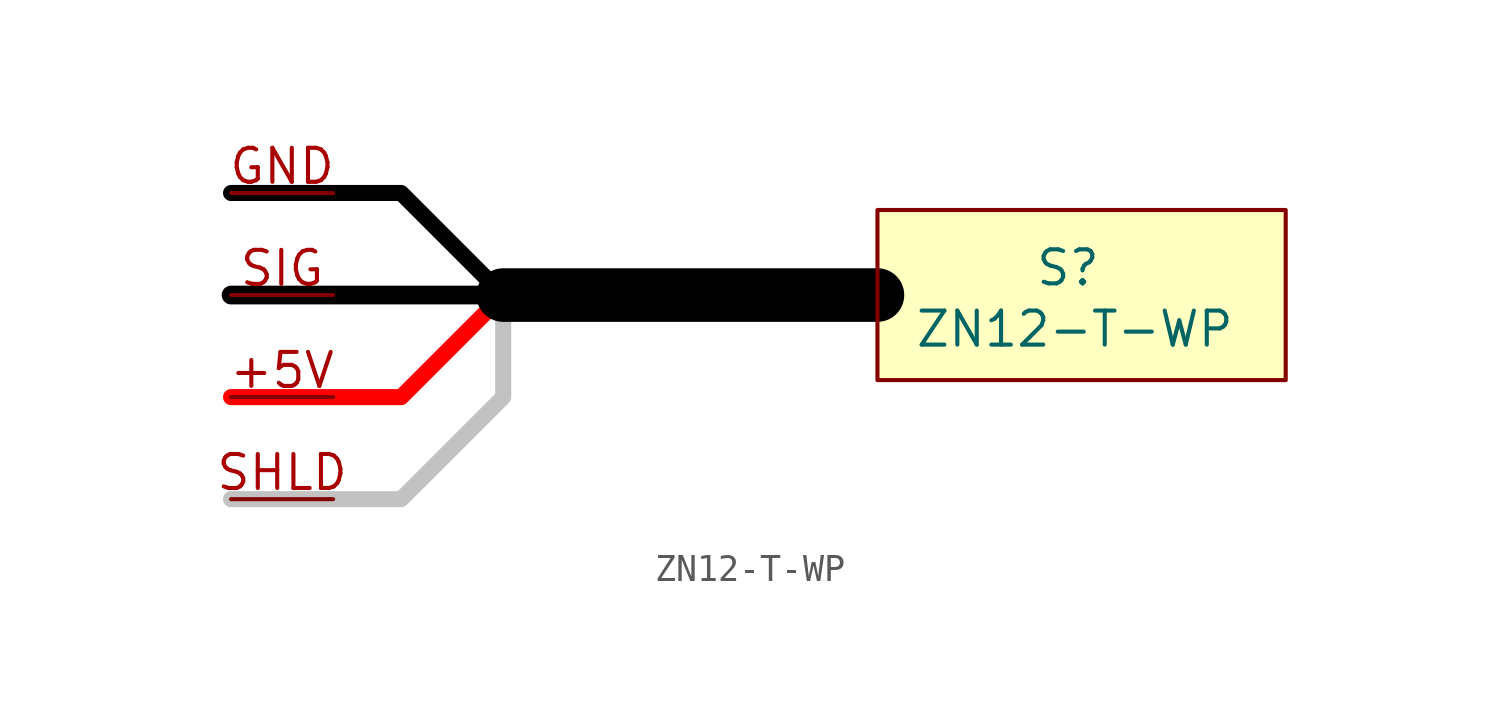
<source format=kicad_sym>
(kicad_symbol_lib
  (version 20231120)
  (generator "kicad_symbol_editor")
  (generator_version "8.0")
  (symbol "ZN12-T-WP"
    (property "Reference" "S"
      (at 7.112 1.016 0)
      (effects (font (size 1.27 1.27))))
    (property "Value" "ZN12-T-WP"
      (at 7.366 -1.27 0)
      (effects (font (size 1.27 1.27))))
    (symbol "ZN12-T-WP_0_1"
      (polyline (pts (xy 0 0) (xy -13.97 0)) (stroke (width 2) (type default) (color 0 0 0 1)) (fill (type none)))
      (polyline (pts (xy -24.13 -3.81) (xy -17.78 -3.81) (xy -13.97 0)) (stroke (width 0.6) (type default) (color 255 0 0 1)) (fill (type none)))
      (polyline (pts (xy -24.13 3.81) (xy -17.78 3.81) (xy -13.97 0)) (stroke (width 0.6) (type default) (color 0 0 0 1)) (fill (type none)))
      (polyline (pts (xy -13.97 0) (xy -13.97 -3.81) (xy -17.78 -7.62) (xy -24.13 -7.62)) (stroke (width 0.6) (type default) (color 194 194 194 1)) (fill (type none))))
    (symbol "ZN12-T-WP_1_1"
      (polyline (pts (xy -13.97 0) (xy -24.13 0)) (stroke (width 0.6) (type default) (color 255 255 255 1)) (fill (type none)))
      (polyline (pts (xy -13.97 0) (xy -24.13 0)) (stroke (width 0.7) (type default) (color 0 0 0 1)) (fill (type none)))
      (rectangle (start 0 3.175) (end 15.24 -3.175) (stroke (width 0) (type default)) (fill (type color) (color 255 255 194 1)))
      (pin power_out line (at -24.13 -3.81 0) (length 3.81) (name "" (effects (font (size 1.27 1.27)))) (number "+5V" (effects (font (size 1.27 1.27)))))
      (pin power_out line (at -24.13 3.81 0) (length 3.81) (name "" (effects (font (size 1.27 1.27)))) (number "GND" (effects (font (size 1.27 1.27)))))
      (pin power_out line (at -24.13 -7.62 0) (length 3.81) (name "" (effects (font (size 1.27 1.27)))) (number "SHLD" (effects (font (size 1.27 1.27)))))
      (pin power_out line (at -24.13 0 0) (length 3.81) (name "" (effects (font (size 1.27 1.27)))) (number "SIG" (effects (font (size 1.27 1.27))))))))
</source>
